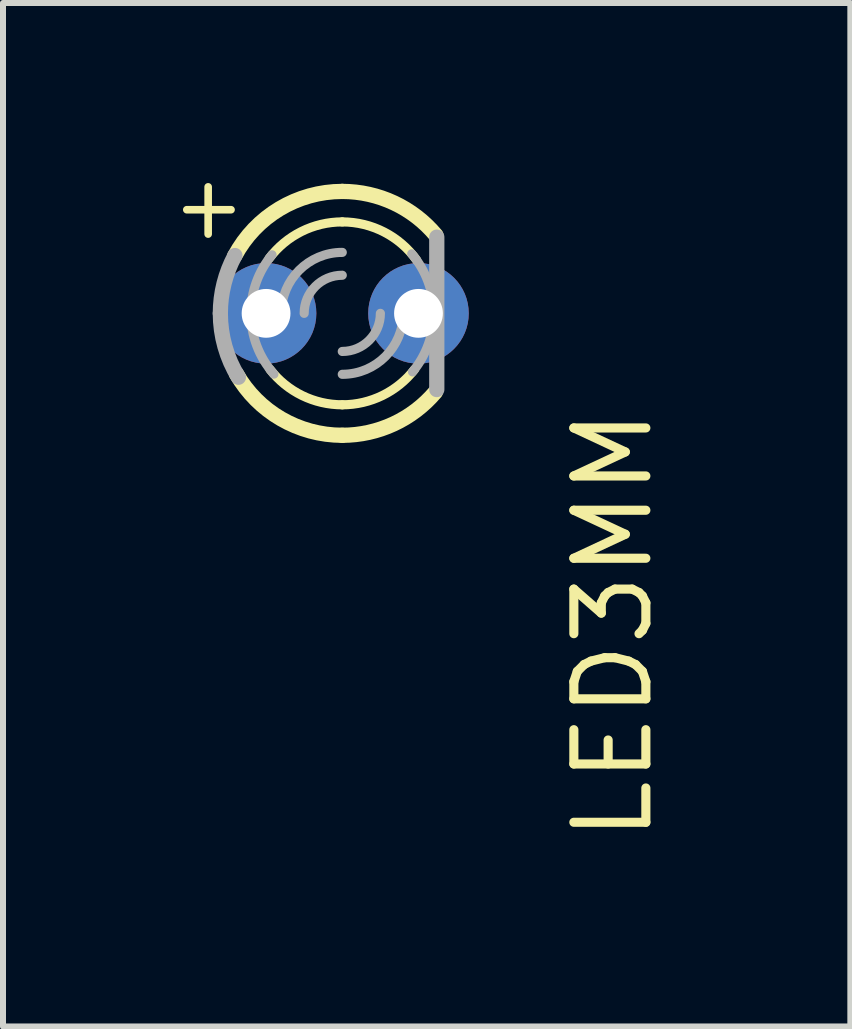
<source format=kicad_pcb>
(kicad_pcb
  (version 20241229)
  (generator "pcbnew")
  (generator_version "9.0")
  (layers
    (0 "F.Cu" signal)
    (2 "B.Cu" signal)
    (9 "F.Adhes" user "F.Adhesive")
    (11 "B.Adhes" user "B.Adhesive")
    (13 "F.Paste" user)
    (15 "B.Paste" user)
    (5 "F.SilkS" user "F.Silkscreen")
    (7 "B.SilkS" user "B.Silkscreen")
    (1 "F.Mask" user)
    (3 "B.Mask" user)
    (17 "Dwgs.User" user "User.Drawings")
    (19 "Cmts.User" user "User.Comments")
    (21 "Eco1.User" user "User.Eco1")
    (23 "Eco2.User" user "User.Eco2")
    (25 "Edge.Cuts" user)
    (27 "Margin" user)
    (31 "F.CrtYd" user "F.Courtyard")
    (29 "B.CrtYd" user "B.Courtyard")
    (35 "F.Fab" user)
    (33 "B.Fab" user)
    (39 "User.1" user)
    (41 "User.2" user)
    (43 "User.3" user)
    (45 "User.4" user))
  (footprint "LED3MM"
    (layer "F.Cu")
    (at 2.654 2.172)
    (property "Reference" "LED3MM" (at 3.81 1.524 270) (layer "F.SilkS") (effects (font (size 1.2 1.2) (thickness 0.152)) (justify right top)))
    (attr through_hole)
    (fp_line (start -2.591 -1.727) (end -1.854 -1.727) (stroke (width 0.127) (type solid)) (layer "F.SilkS"))
    (fp_line (start -2.235 -1.321) (end -2.235 -2.108) (stroke (width 0.127) (type solid)) (layer "F.SilkS"))
    (fp_arc (start -1.7929 -0.9562) (mid -1.045438 -1.7424) (end 0 -2.032) (stroke (width 0.254) (type solid)) (layer "F.SilkS"))
    (fp_arc (start -1.2192 -0.9144) (mid -0.681554 -1.363107) (end 0 -1.524) (stroke (width 0.1524) (type solid)) (layer "F.SilkS"))
    (fp_arc (start 0 -2.032) (mid 0.861864 -1.840173) (end 1.561 -1.3009) (stroke (width 0.254) (type solid)) (layer "F.SilkS"))
    (fp_arc (start 0 -1.524) (mid 0.697339 -1.355082) (end 1.2401 -0.885801) (stroke (width 0.1524) (type solid)) (layer "F.SilkS"))
    (fp_arc (start 0 1.524) (mid -0.669593 1.369018) (end -1.203 0.9356) (stroke (width 0.1524) (type solid)) (layer "F.SilkS"))
    (fp_arc (start 0 2.032) (mid -1.019924 1.757525) (end -1.7643 1.0082) (stroke (width 0.254) (type solid)) (layer "F.SilkS"))
    (fp_arc (start 1.203 0.9356) (mid 0.669593 1.369018) (end 0 1.524) (stroke (width 0.1524) (type solid)) (layer "F.SilkS"))
    (fp_arc (start 1.5512 1.3126) (mid 0.854953 1.843405) (end 0 2.032) (stroke (width 0.254) (type solid)) (layer "F.SilkS"))
    (fp_line (start 1.575 1.27) (end 1.575 -1.27) (stroke (width 0.254) (type solid)) (layer "F.Fab"))
    (fp_arc (start -2.032 0) (mid -1.970339 -0.496775) (end -1.7891 -0.9634) (stroke (width 0.254) (type solid)) (layer "F.Fab"))
    (fp_arc (start -1.7306 1.065) (mid -1.95521 0.553417) (end -2.032 0) (stroke (width 0.254) (type solid)) (layer "F.Fab"))
    (fp_arc (start -1.524 0) (mid -1.432981 -0.518783) (end -1.1708 -0.9756) (stroke (width 0.1524) (type solid)) (layer "F.Fab"))
    (fp_arc (start -1.1391 1.0125) (mid -1.42454 0.5416) (end -1.524 0) (stroke (width 0.1524) (type solid)) (layer "F.Fab"))
    (fp_arc (start -1.016 0) (mid -0.71842 -0.71842) (end 0 -1.016) (stroke (width 0.1524) (type solid)) (layer "F.Fab"))
    (fp_arc (start -0.635 0) (mid -0.449013 -0.449013) (end 0 -0.635) (stroke (width 0.1524) (type solid)) (layer "F.Fab"))
    (fp_arc (start 0.635 0) (mid 0.449013 0.449013) (end 0 0.635) (stroke (width 0.1524) (type solid)) (layer "F.Fab"))
    (fp_arc (start 1.016 0) (mid 0.71842 0.71842) (end 0 1.016) (stroke (width 0.1524) (type solid)) (layer "F.Fab"))
    (fp_arc (start 1.1571 -0.9918) (mid 1.429332 -0.528744) (end 1.524 0) (stroke (width 0.1524) (type solid)) (layer "F.Fab"))
    (fp_arc (start 1.524 0) (mid 1.432981 0.518783) (end 1.1708 0.9756) (stroke (width 0.1524) (type solid)) (layer "F.Fab"))
    (pad "A" thru_hole circle (at -1.27 0) (size 1.676 1.676) (drill 0.813) (layers "*.Cu" "*.Mask"))
    (pad "K" thru_hole circle (at 1.27 0) (size 1.676 1.676) (drill 0.813) (layers "*.Cu" "*.Mask")))
  (gr_rect
    (start -3 -3)
    (end 11.121 14.056)
    (stroke (width 0.1) (type default))
    (fill no)
    (layer "Edge.Cuts")))
</source>
